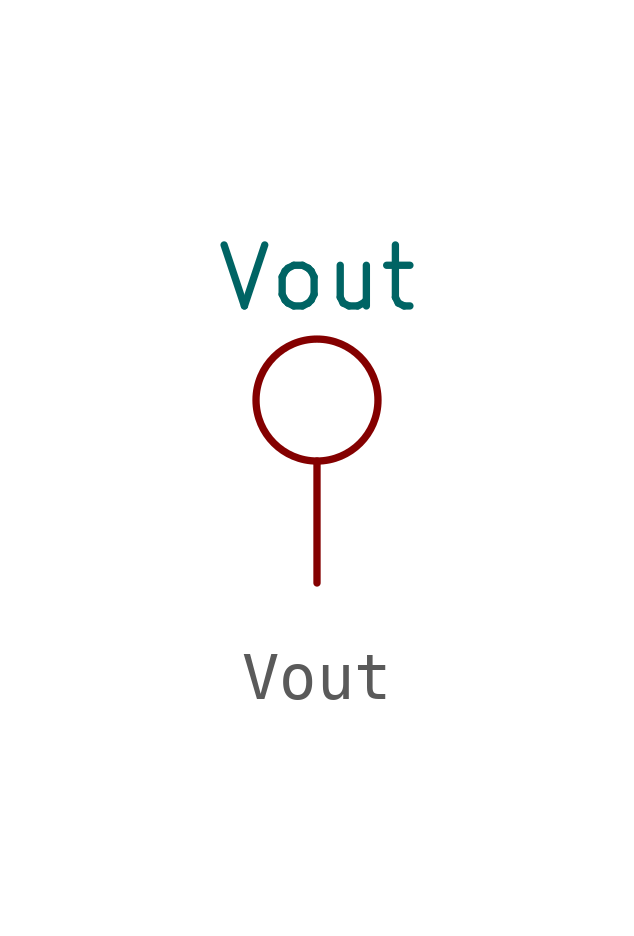
<source format=kicad_sym>
(kicad_symbol_lib
  (version 20211014)
  (generator kicad_symbol_editor)
  (symbol "Vout"
    (power)
    (property "Reference" "U"
      (at 0 1.27 0)
      (effects (font (size 1.27 1.27)) hide))
    (property "Value" "Vout"
      (at 0 2.54 0)
      (effects (font (size 1.27 1.27))))
    (symbol "Vout_0_1"
      (circle (center 0 0) (radius 1.27) (stroke (width 0) (type default) (color 0 0 0 0)) (fill (type none))))
    (symbol "Vout_1_1"
      (pin input line (at 0 -3.81 90) (length 2.54) (name "" (effects (font (size 1.27 1.27)))) (number "" (effects (font (size 1.27 1.27))))))))
</source>
